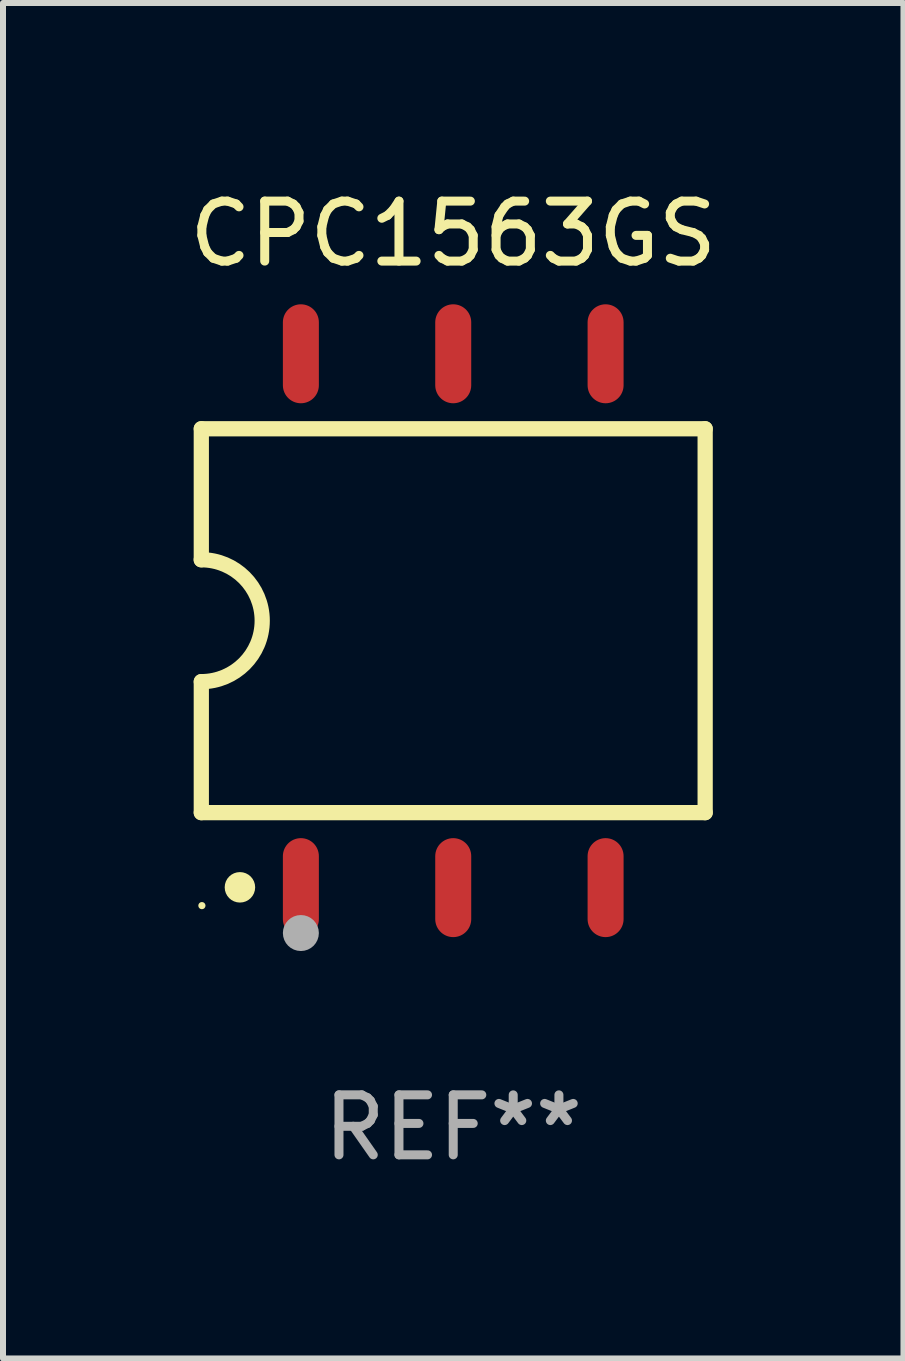
<source format=kicad_pcb>
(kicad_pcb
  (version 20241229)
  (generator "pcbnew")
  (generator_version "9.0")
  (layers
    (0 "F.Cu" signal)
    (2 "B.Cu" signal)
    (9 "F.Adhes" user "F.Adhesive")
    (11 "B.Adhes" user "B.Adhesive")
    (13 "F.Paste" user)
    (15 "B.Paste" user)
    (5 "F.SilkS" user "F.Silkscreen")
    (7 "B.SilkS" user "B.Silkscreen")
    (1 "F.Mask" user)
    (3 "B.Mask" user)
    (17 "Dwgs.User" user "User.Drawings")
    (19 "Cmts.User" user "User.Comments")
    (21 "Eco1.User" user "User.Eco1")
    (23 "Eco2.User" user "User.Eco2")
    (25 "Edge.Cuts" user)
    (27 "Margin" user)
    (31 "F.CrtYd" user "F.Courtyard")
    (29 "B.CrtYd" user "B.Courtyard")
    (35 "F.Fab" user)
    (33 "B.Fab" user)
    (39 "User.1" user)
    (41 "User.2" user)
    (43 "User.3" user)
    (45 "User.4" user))
  (footprint "CPC1563GS"
    (layer "F.Cu")
    (at 4.506 7.298)
    (property "Reference" "CPC1563GS" (at 0 -6.45 0) (layer "F.SilkS") (effects (font (size 1 1) (thickness 0.15))))
    (attr through_hole)
    (fp_line (start -4.2 -3.2) (end -4.2 -1.016) (stroke (width 0.254) (type solid)) (layer "F.SilkS"))
    (fp_line (start -4.2 -3.2) (end 4.2 -3.2) (stroke (width 0.254) (type solid)) (layer "F.SilkS"))
    (fp_line (start -4.2 3.2) (end -4.2 1.016) (stroke (width 0.254) (type solid)) (layer "F.SilkS"))
    (fp_line (start 4.2 -3.2) (end 4.2 3.2) (stroke (width 0.254) (type solid)) (layer "F.SilkS"))
    (fp_line (start 4.2 3.2) (end -4.2 3.2) (stroke (width 0.254) (type solid)) (layer "F.SilkS"))
    (fp_arc (start -4.201169 -1.016003) (mid -3.185166 -0.000585) (end -4.2 1.016002) (stroke (width 0.254001) (type solid)) (layer "F.SilkS"))
    (fp_circle (center -4.19 4.75) (end -4.16 4.75) (stroke (width 0.06) (type solid)) (fill no) (layer "F.SilkS"))
    (fp_circle (center -3.556 4.445) (end -3.429 4.445) (stroke (width 0.254) (type solid)) (fill no) (layer "F.SilkS"))
    (fp_circle (center -2.54 5.207) (end -2.39 5.207) (stroke (width 0.3) (type solid)) (fill no) (layer "F.Fab"))
    (fp_text user "REF**" (at 0 8.45 0) (layer "F.Fab") (effects (font (size 1 1) (thickness 0.15))))
    (pad "1" smd oval (at -2.54 4.45 90) (size 1.65 0.6) (layers "F.Cu" "F.Mask" "F.Paste"))
    (pad "2" smd oval (at 0 4.45 90) (size 1.65 0.6) (layers "F.Cu" "F.Mask" "F.Paste"))
    (pad "3" smd oval (at 2.54 4.45 90) (size 1.65 0.6) (layers "F.Cu" "F.Mask" "F.Paste"))
    (pad "4" smd oval (at 2.54 -4.45 90) (size 1.65 0.6) (layers "F.Cu" "F.Mask" "F.Paste"))
    (pad "5" smd oval (at 0 -4.45 90) (size 1.65 0.6) (layers "F.Cu" "F.Mask" "F.Paste"))
    (pad "6" smd oval (at -2.54 -4.45 90) (size 1.65 0.6) (layers "F.Cu" "F.Mask" "F.Paste")))
  (gr_rect
    (start -3 -3)
    (end 12.012 19.597)
    (stroke (width 0.1) (type default))
    (fill no)
    (layer "Edge.Cuts")))
</source>
